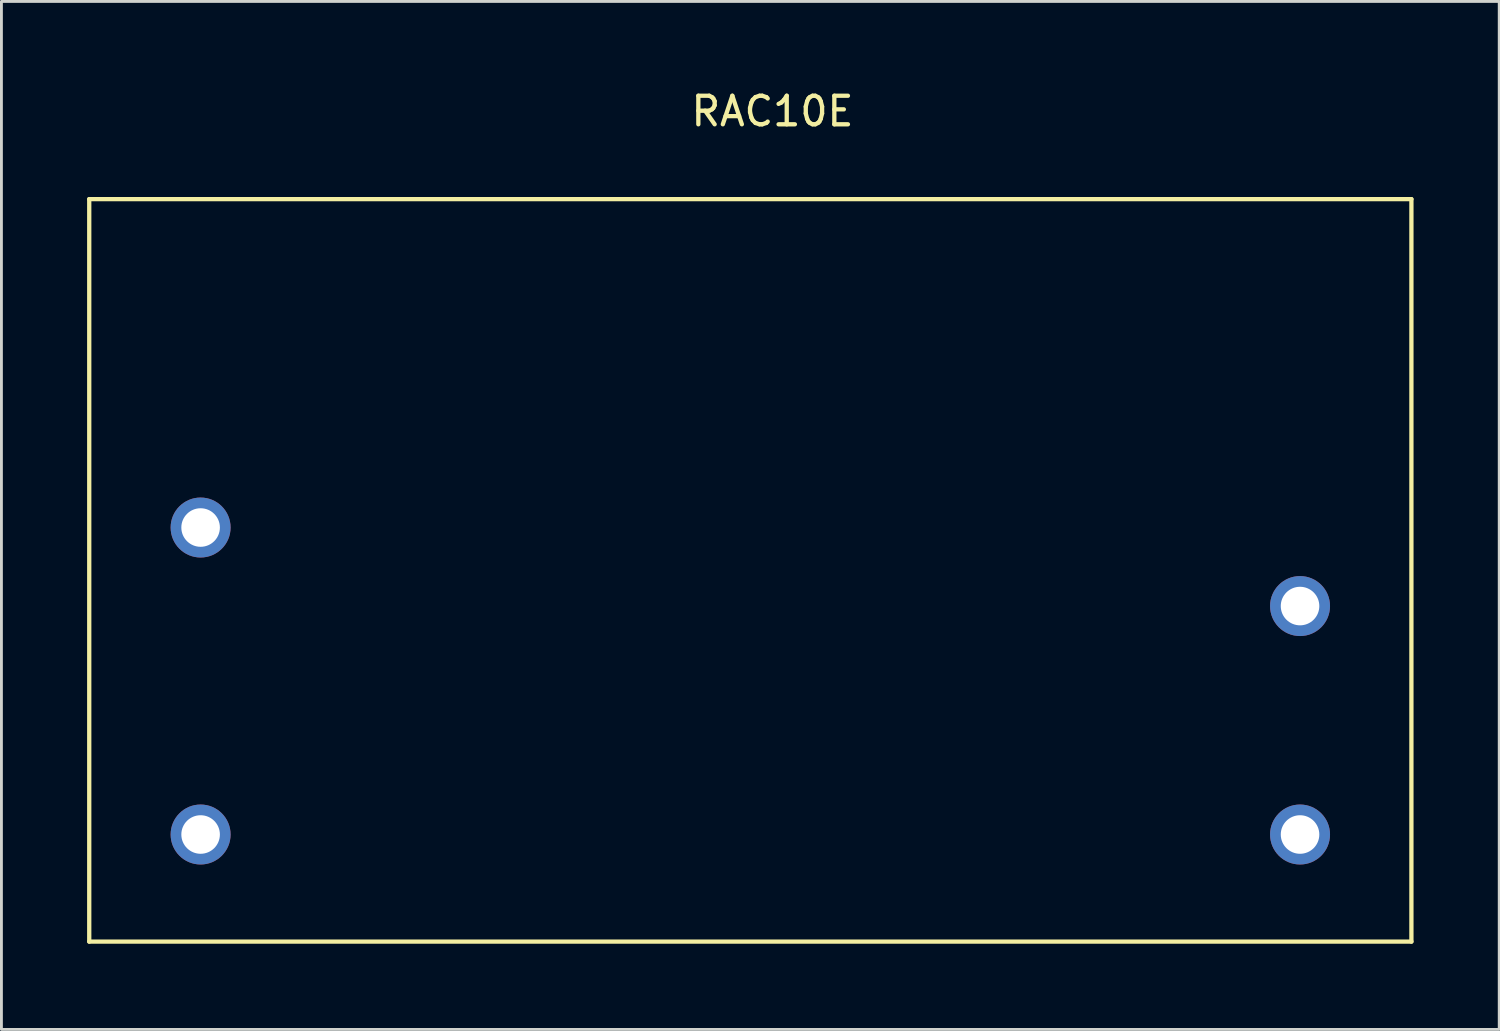
<source format=kicad_pcb>
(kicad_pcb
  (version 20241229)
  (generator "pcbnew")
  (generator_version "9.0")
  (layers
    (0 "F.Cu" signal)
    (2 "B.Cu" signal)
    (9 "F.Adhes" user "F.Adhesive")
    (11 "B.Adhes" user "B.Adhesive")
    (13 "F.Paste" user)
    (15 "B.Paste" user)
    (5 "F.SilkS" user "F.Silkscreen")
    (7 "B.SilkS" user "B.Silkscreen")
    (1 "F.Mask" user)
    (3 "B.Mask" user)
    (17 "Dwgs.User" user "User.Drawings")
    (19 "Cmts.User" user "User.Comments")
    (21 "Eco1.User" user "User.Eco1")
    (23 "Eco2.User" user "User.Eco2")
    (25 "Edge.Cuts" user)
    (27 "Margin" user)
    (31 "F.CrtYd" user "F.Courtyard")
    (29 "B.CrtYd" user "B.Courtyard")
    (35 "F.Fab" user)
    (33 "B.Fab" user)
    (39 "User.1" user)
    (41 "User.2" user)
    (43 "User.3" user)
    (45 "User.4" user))
  (footprint "RAC10E"
    (layer "F.Cu")
    (at 3.975 26.173)
    (property "Reference" "RAC10E" (at 20.025 -25.325 0) (layer "F.SilkS") (effects (font (size 1 1) (thickness 0.15))))
    (attr through_hole)
    (fp_line (start -3.9 -22.25) (end -3.9 3.75) (stroke (width 0.15) (type solid)) (layer "F.SilkS"))
    (fp_line (start -3.9 3.75) (end 42.4 3.75) (stroke (width 0.15) (type solid)) (layer "F.SilkS"))
    (fp_line (start 42.4 -22.25) (end -3.9 -22.25) (stroke (width 0.15) (type solid)) (layer "F.SilkS"))
    (fp_line (start 42.4 3.75) (end 42.4 -22.25) (stroke (width 0.15) (type solid)) (layer "F.SilkS"))
    (pad "1" thru_hole circle (at 0 -10.75) (size 2.1 2.1) (drill 1.35) (layers "*.Cu" "*.Mask"))
    (pad "2" thru_hole circle (at 0 0) (size 2.1 2.1) (drill 1.35) (layers "*.Cu" "*.Mask"))
    (pad "3" thru_hole circle (at 38.5 0) (size 2.1 2.1) (drill 1.35) (layers "*.Cu" "*.Mask"))
    (pad "4" thru_hole circle (at 38.5 -8) (size 2.1 2.1) (drill 1.35) (layers "*.Cu" "*.Mask")))
  (gr_rect
    (start -3 -3)
    (end 49.45 32.998)
    (stroke (width 0.1) (type default))
    (fill no)
    (layer "Edge.Cuts")))
</source>
